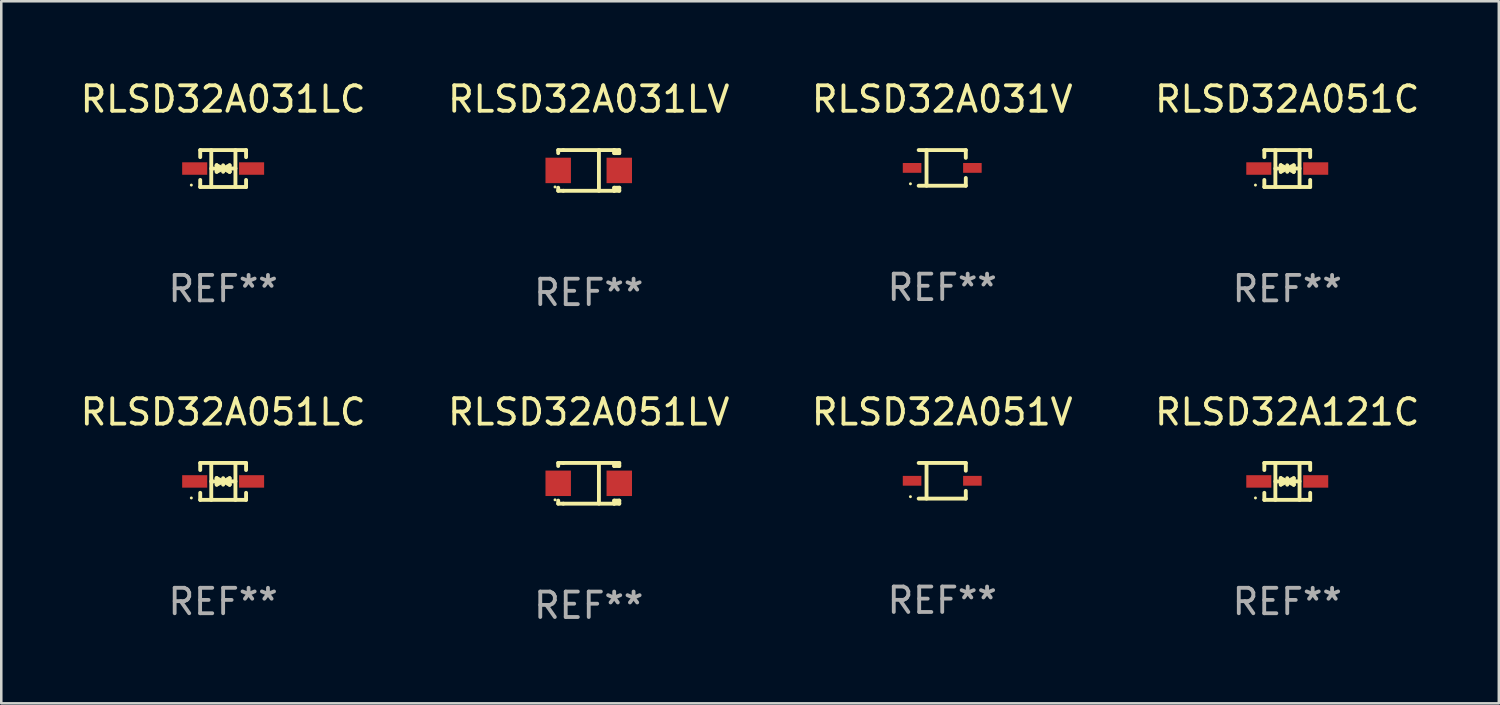
<source format=kicad_pcb>
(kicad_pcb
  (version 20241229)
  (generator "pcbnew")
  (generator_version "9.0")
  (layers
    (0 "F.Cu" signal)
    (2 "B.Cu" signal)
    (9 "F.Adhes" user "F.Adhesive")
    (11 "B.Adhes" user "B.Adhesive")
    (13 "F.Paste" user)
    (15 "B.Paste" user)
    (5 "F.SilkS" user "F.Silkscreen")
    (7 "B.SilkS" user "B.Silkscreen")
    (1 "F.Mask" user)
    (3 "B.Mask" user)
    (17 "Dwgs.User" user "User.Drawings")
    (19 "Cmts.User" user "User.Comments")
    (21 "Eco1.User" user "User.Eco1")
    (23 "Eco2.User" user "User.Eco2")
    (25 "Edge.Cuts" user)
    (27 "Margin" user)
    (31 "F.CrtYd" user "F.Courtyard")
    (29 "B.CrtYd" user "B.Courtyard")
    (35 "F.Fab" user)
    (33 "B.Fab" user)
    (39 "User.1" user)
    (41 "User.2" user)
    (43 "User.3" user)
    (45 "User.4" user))
  (footprint "RLSD32A031V"
    (layer "F.Cu")
    (at 33.982 3.549)
    (property "Reference" "RLSD32A031V" (at 0 -2.701 0) (layer "F.SilkS") (effects (font (size 1 1) (thickness 0.15))))
    (attr through_hole)
    (fp_line (start -0.926 -0.701) (end 0.926 -0.701) (stroke (width 0.152) (type solid)) (layer "F.SilkS"))
    (fp_line (start -0.926 0.701) (end 0.926 0.701) (stroke (width 0.152) (type solid)) (layer "F.SilkS"))
    (fp_line (start -0.617 -0.701) (end -0.617 0.701) (stroke (width 0.152) (type solid)) (layer "F.SilkS"))
    (fp_line (start 0.926 -0.701) (end 0.926 -0.396) (stroke (width 0.152) (type solid)) (layer "F.SilkS"))
    (fp_line (start 0.926 0.701) (end 0.926 0.396) (stroke (width 0.152) (type solid)) (layer "F.SilkS"))
    (fp_circle (center -1.25 0.625) (end -1.22 0.625) (stroke (width 0.06) (type solid)) (fill no) (layer "F.SilkS"))
    (fp_text user "REF**" (at 0 4.701 0) (layer "F.Fab") (effects (font (size 1 1) (thickness 0.15))))
    (pad "1" smd rect (at -1.185 0 180) (size 0.73 0.385) (layers "F.Cu" "F.Mask" "F.Paste"))
    (pad "2" smd rect (at 1.185 0 180) (size 0.73 0.385) (layers "F.Cu" "F.Mask" "F.Paste")))
  (footprint "RLSD32A031LC"
    (layer "F.Cu")
    (at 5.72 3.574)
    (property "Reference" "RLSD32A031LC" (at 0 -2.726 0) (layer "F.SilkS") (effects (font (size 1 1) (thickness 0.15))))
    (attr through_hole)
    (fp_line (start -0.901 -0.726) (end -0.901 -0.448) (stroke (width 0.152) (type solid)) (layer "F.SilkS"))
    (fp_line (start -0.901 0.726) (end -0.901 0.448) (stroke (width 0.152) (type solid)) (layer "F.SilkS"))
    (fp_line (start -0.467 0) (end 0.483 -0.003) (stroke (width 0.154) (type solid)) (layer "F.SilkS"))
    (fp_line (start -0.467 0.726) (end -0.467 -0.726) (stroke (width 0.152) (type solid)) (layer "F.SilkS"))
    (fp_line (start -0.254 -0.127) (end -0.254 -0.127) (stroke (width 0.154) (type solid)) (layer "F.SilkS"))
    (fp_line (start -0.254 -0.127) (end -0.002 -0.003) (stroke (width 0.154) (type solid)) (layer "F.SilkS"))
    (fp_line (start -0.254 0.127) (end -0.254 -0.127) (stroke (width 0.154) (type solid)) (layer "F.SilkS"))
    (fp_line (start -0.127 0) (end 0.003 0) (stroke (width 0.154) (type solid)) (layer "F.SilkS"))
    (fp_line (start -0.003 0) (end -0.254 0.127) (stroke (width 0.154) (type solid)) (layer "F.SilkS"))
    (fp_line (start 0 -0.127) (end 0 0.127) (stroke (width 0.154) (type solid)) (layer "F.SilkS"))
    (fp_line (start 0.003 0) (end 0.254 -0.127) (stroke (width 0.154) (type solid)) (layer "F.SilkS"))
    (fp_line (start 0.127 0) (end -0.003 0) (stroke (width 0.154) (type solid)) (layer "F.SilkS"))
    (fp_line (start 0.254 -0.127) (end 0.254 0.127) (stroke (width 0.154) (type solid)) (layer "F.SilkS"))
    (fp_line (start 0.254 0.127) (end 0.002 0.003) (stroke (width 0.154) (type solid)) (layer "F.SilkS"))
    (fp_line (start 0.254 0.127) (end 0.254 0.127) (stroke (width 0.154) (type solid)) (layer "F.SilkS"))
    (fp_line (start 0.483 0.726) (end 0.483 -0.726) (stroke (width 0.152) (type solid)) (layer "F.SilkS"))
    (fp_line (start 0.901 -0.726) (end -0.901 -0.726) (stroke (width 0.152) (type solid)) (layer "F.SilkS"))
    (fp_line (start 0.901 -0.726) (end 0.901 -0.448) (stroke (width 0.152) (type solid)) (layer "F.SilkS"))
    (fp_line (start 0.901 0.726) (end -0.901 0.726) (stroke (width 0.152) (type solid)) (layer "F.SilkS"))
    (fp_line (start 0.901 0.726) (end 0.901 0.448) (stroke (width 0.152) (type solid)) (layer "F.SilkS"))
    (fp_circle (center -1.25 0.65) (end -1.22 0.65) (stroke (width 0.06) (type solid)) (fill no) (layer "F.SilkS"))
    (fp_text user "REF**" (at 0 4.726 0) (layer "F.Fab") (effects (font (size 1 1) (thickness 0.15))))
    (pad "1" smd rect (at -1.118 0) (size 0.985 0.49) (layers "F.Cu" "F.Mask" "F.Paste"))
    (pad "2" smd rect (at 1.118 0) (size 0.985 0.49) (layers "F.Cu" "F.Mask" "F.Paste")))
  (footprint "RLSD32A051C"
    (layer "F.Cu")
    (at 47.542 3.574)
    (property "Reference" "RLSD32A051C" (at 0 -2.726 0) (layer "F.SilkS") (effects (font (size 1 1) (thickness 0.15))))
    (attr through_hole)
    (fp_line (start -0.901 -0.726) (end -0.901 -0.448) (stroke (width 0.152) (type solid)) (layer "F.SilkS"))
    (fp_line (start -0.901 0.726) (end -0.901 0.448) (stroke (width 0.152) (type solid)) (layer "F.SilkS"))
    (fp_line (start -0.467 0) (end 0.483 -0.003) (stroke (width 0.154) (type solid)) (layer "F.SilkS"))
    (fp_line (start -0.467 0.726) (end -0.467 -0.726) (stroke (width 0.152) (type solid)) (layer "F.SilkS"))
    (fp_line (start -0.254 -0.127) (end -0.254 -0.127) (stroke (width 0.154) (type solid)) (layer "F.SilkS"))
    (fp_line (start -0.254 -0.127) (end -0.002 -0.003) (stroke (width 0.154) (type solid)) (layer "F.SilkS"))
    (fp_line (start -0.254 0.127) (end -0.254 -0.127) (stroke (width 0.154) (type solid)) (layer "F.SilkS"))
    (fp_line (start -0.127 0) (end 0.003 0) (stroke (width 0.154) (type solid)) (layer "F.SilkS"))
    (fp_line (start -0.003 0) (end -0.254 0.127) (stroke (width 0.154) (type solid)) (layer "F.SilkS"))
    (fp_line (start 0 -0.127) (end 0 0.127) (stroke (width 0.154) (type solid)) (layer "F.SilkS"))
    (fp_line (start 0.003 0) (end 0.254 -0.127) (stroke (width 0.154) (type solid)) (layer "F.SilkS"))
    (fp_line (start 0.127 0) (end -0.003 0) (stroke (width 0.154) (type solid)) (layer "F.SilkS"))
    (fp_line (start 0.254 -0.127) (end 0.254 0.127) (stroke (width 0.154) (type solid)) (layer "F.SilkS"))
    (fp_line (start 0.254 0.127) (end 0.002 0.003) (stroke (width 0.154) (type solid)) (layer "F.SilkS"))
    (fp_line (start 0.254 0.127) (end 0.254 0.127) (stroke (width 0.154) (type solid)) (layer "F.SilkS"))
    (fp_line (start 0.483 0.726) (end 0.483 -0.726) (stroke (width 0.152) (type solid)) (layer "F.SilkS"))
    (fp_line (start 0.901 -0.726) (end -0.901 -0.726) (stroke (width 0.152) (type solid)) (layer "F.SilkS"))
    (fp_line (start 0.901 -0.726) (end 0.901 -0.448) (stroke (width 0.152) (type solid)) (layer "F.SilkS"))
    (fp_line (start 0.901 0.726) (end -0.901 0.726) (stroke (width 0.152) (type solid)) (layer "F.SilkS"))
    (fp_line (start 0.901 0.726) (end 0.901 0.448) (stroke (width 0.152) (type solid)) (layer "F.SilkS"))
    (fp_circle (center -1.25 0.65) (end -1.22 0.65) (stroke (width 0.06) (type solid)) (fill no) (layer "F.SilkS"))
    (fp_text user "REF**" (at 0 4.726 0) (layer "F.Fab") (effects (font (size 1 1) (thickness 0.15))))
    (pad "1" smd rect (at -1.118 0) (size 0.985 0.49) (layers "F.Cu" "F.Mask" "F.Paste"))
    (pad "2" smd rect (at 1.118 0) (size 0.985 0.49) (layers "F.Cu" "F.Mask" "F.Paste")))
  (footprint "RLSD32A031LV"
    (layer "F.Cu")
    (at 20.089 3.648)
    (property "Reference" "RLSD32A031LV" (at 0 -2.8 0) (layer "F.SilkS") (effects (font (size 1 1) (thickness 0.15))))
    (attr through_hole)
    (fp_line (start -1.2 -0.8) (end -1.2 -0.68) (stroke (width 0.152) (type solid)) (layer "F.SilkS"))
    (fp_line (start -1.2 0.68) (end -1.2 0.8) (stroke (width 0.152) (type solid)) (layer "F.SilkS"))
    (fp_line (start -1.2 0.8) (end -1 0.8) (stroke (width 0.152) (type solid)) (layer "F.SilkS"))
    (fp_line (start -1 -0.8) (end -1.2 -0.8) (stroke (width 0.152) (type solid)) (layer "F.SilkS"))
    (fp_line (start -1 -0.8) (end 1 -0.8) (stroke (width 0.152) (type solid)) (layer "F.SilkS"))
    (fp_line (start -1 0.8) (end 1 0.8) (stroke (width 0.152) (type solid)) (layer "F.SilkS"))
    (fp_line (start 0.4 -0.8) (end 0.4 0.8) (stroke (width 0.152) (type solid)) (layer "F.SilkS"))
    (fp_line (start 1 -0.8) (end 1 -0.68) (stroke (width 0.152) (type solid)) (layer "F.SilkS"))
    (fp_line (start 1 -0.8) (end 1.2 -0.8) (stroke (width 0.152) (type solid)) (layer "F.SilkS"))
    (fp_line (start 1 0.68) (end 1 0.8) (stroke (width 0.152) (type solid)) (layer "F.SilkS"))
    (fp_line (start 1 0.68) (end 1.2 0.68) (stroke (width 0.152) (type solid)) (layer "F.SilkS"))
    (fp_line (start 1.2 -0.8) (end 1.2 -0.68) (stroke (width 0.152) (type solid)) (layer "F.SilkS"))
    (fp_line (start 1.2 -0.68) (end 1 -0.68) (stroke (width 0.152) (type solid)) (layer "F.SilkS"))
    (fp_line (start 1.2 0.68) (end 1.2 0.8) (stroke (width 0.152) (type solid)) (layer "F.SilkS"))
    (fp_line (start 1.2 0.8) (end 1 0.8) (stroke (width 0.152) (type solid)) (layer "F.SilkS"))
    (fp_circle (center -1.325 0.65) (end -1.295 0.65) (stroke (width 0.06) (type solid)) (fill no) (layer "F.SilkS"))
    (fp_text user "REF**" (at 0 4.8 0) (layer "F.Fab") (effects (font (size 1 1) (thickness 0.15))))
    (pad "1" smd rect (at -1.2 0 180) (size 1 1) (layers "F.Cu" "F.Mask" "F.Paste"))
    (pad "2" smd rect (at 1.2 0 180) (size 1 1) (layers "F.Cu" "F.Mask" "F.Paste")))
  (footprint "RLSD32A051LV"
    (layer "F.Cu")
    (at 20.089 15.945)
    (property "Reference" "RLSD32A051LV" (at 0 -2.8 0) (layer "F.SilkS") (effects (font (size 1 1) (thickness 0.15))))
    (attr through_hole)
    (fp_line (start -1.2 -0.8) (end -1.2 -0.68) (stroke (width 0.152) (type solid)) (layer "F.SilkS"))
    (fp_line (start -1.2 0.68) (end -1.2 0.8) (stroke (width 0.152) (type solid)) (layer "F.SilkS"))
    (fp_line (start -1.2 0.8) (end -1 0.8) (stroke (width 0.152) (type solid)) (layer "F.SilkS"))
    (fp_line (start -1 -0.8) (end -1.2 -0.8) (stroke (width 0.152) (type solid)) (layer "F.SilkS"))
    (fp_line (start -1 -0.8) (end 1 -0.8) (stroke (width 0.152) (type solid)) (layer "F.SilkS"))
    (fp_line (start -1 0.8) (end 1 0.8) (stroke (width 0.152) (type solid)) (layer "F.SilkS"))
    (fp_line (start 0.4 -0.8) (end 0.4 0.8) (stroke (width 0.152) (type solid)) (layer "F.SilkS"))
    (fp_line (start 1 -0.8) (end 1 -0.68) (stroke (width 0.152) (type solid)) (layer "F.SilkS"))
    (fp_line (start 1 -0.8) (end 1.2 -0.8) (stroke (width 0.152) (type solid)) (layer "F.SilkS"))
    (fp_line (start 1 0.68) (end 1 0.8) (stroke (width 0.152) (type solid)) (layer "F.SilkS"))
    (fp_line (start 1 0.68) (end 1.2 0.68) (stroke (width 0.152) (type solid)) (layer "F.SilkS"))
    (fp_line (start 1.2 -0.8) (end 1.2 -0.68) (stroke (width 0.152) (type solid)) (layer "F.SilkS"))
    (fp_line (start 1.2 -0.68) (end 1 -0.68) (stroke (width 0.152) (type solid)) (layer "F.SilkS"))
    (fp_line (start 1.2 0.68) (end 1.2 0.8) (stroke (width 0.152) (type solid)) (layer "F.SilkS"))
    (fp_line (start 1.2 0.8) (end 1 0.8) (stroke (width 0.152) (type solid)) (layer "F.SilkS"))
    (fp_circle (center -1.325 0.65) (end -1.295 0.65) (stroke (width 0.06) (type solid)) (fill no) (layer "F.SilkS"))
    (fp_text user "REF**" (at 0 4.8 0) (layer "F.Fab") (effects (font (size 1 1) (thickness 0.15))))
    (pad "1" smd rect (at -1.2 0 180) (size 1 1) (layers "F.Cu" "F.Mask" "F.Paste"))
    (pad "2" smd rect (at 1.2 0 180) (size 1 1) (layers "F.Cu" "F.Mask" "F.Paste")))
  (footprint "RLSD32A121C"
    (layer "F.Cu")
    (at 47.542 15.871)
    (property "Reference" "RLSD32A121C" (at 0 -2.726 0) (layer "F.SilkS") (effects (font (size 1 1) (thickness 0.15))))
    (attr through_hole)
    (fp_line (start -0.901 -0.726) (end -0.901 -0.448) (stroke (width 0.152) (type solid)) (layer "F.SilkS"))
    (fp_line (start -0.901 0.726) (end -0.901 0.448) (stroke (width 0.152) (type solid)) (layer "F.SilkS"))
    (fp_line (start -0.467 0) (end 0.483 -0.003) (stroke (width 0.154) (type solid)) (layer "F.SilkS"))
    (fp_line (start -0.467 0.726) (end -0.467 -0.726) (stroke (width 0.152) (type solid)) (layer "F.SilkS"))
    (fp_line (start -0.254 -0.127) (end -0.254 -0.127) (stroke (width 0.154) (type solid)) (layer "F.SilkS"))
    (fp_line (start -0.254 -0.127) (end -0.002 -0.003) (stroke (width 0.154) (type solid)) (layer "F.SilkS"))
    (fp_line (start -0.254 0.127) (end -0.254 -0.127) (stroke (width 0.154) (type solid)) (layer "F.SilkS"))
    (fp_line (start -0.127 0) (end 0.003 0) (stroke (width 0.154) (type solid)) (layer "F.SilkS"))
    (fp_line (start -0.003 0) (end -0.254 0.127) (stroke (width 0.154) (type solid)) (layer "F.SilkS"))
    (fp_line (start 0 -0.127) (end 0 0.127) (stroke (width 0.154) (type solid)) (layer "F.SilkS"))
    (fp_line (start 0.003 0) (end 0.254 -0.127) (stroke (width 0.154) (type solid)) (layer "F.SilkS"))
    (fp_line (start 0.127 0) (end -0.003 0) (stroke (width 0.154) (type solid)) (layer "F.SilkS"))
    (fp_line (start 0.254 -0.127) (end 0.254 0.127) (stroke (width 0.154) (type solid)) (layer "F.SilkS"))
    (fp_line (start 0.254 0.127) (end 0.002 0.003) (stroke (width 0.154) (type solid)) (layer "F.SilkS"))
    (fp_line (start 0.254 0.127) (end 0.254 0.127) (stroke (width 0.154) (type solid)) (layer "F.SilkS"))
    (fp_line (start 0.483 0.726) (end 0.483 -0.726) (stroke (width 0.152) (type solid)) (layer "F.SilkS"))
    (fp_line (start 0.901 -0.726) (end -0.901 -0.726) (stroke (width 0.152) (type solid)) (layer "F.SilkS"))
    (fp_line (start 0.901 -0.726) (end 0.901 -0.448) (stroke (width 0.152) (type solid)) (layer "F.SilkS"))
    (fp_line (start 0.901 0.726) (end -0.901 0.726) (stroke (width 0.152) (type solid)) (layer "F.SilkS"))
    (fp_line (start 0.901 0.726) (end 0.901 0.448) (stroke (width 0.152) (type solid)) (layer "F.SilkS"))
    (fp_circle (center -1.25 0.65) (end -1.22 0.65) (stroke (width 0.06) (type solid)) (fill no) (layer "F.SilkS"))
    (fp_text user "REF**" (at 0 4.726 0) (layer "F.Fab") (effects (font (size 1 1) (thickness 0.15))))
    (pad "1" smd rect (at -1.118 0) (size 0.985 0.49) (layers "F.Cu" "F.Mask" "F.Paste"))
    (pad "2" smd rect (at 1.118 0) (size 0.985 0.49) (layers "F.Cu" "F.Mask" "F.Paste")))
  (footprint "RLSD32A051LC"
    (layer "F.Cu")
    (at 5.72 15.871)
    (property "Reference" "RLSD32A051LC" (at 0 -2.726 0) (layer "F.SilkS") (effects (font (size 1 1) (thickness 0.15))))
    (attr through_hole)
    (fp_line (start -0.901 -0.726) (end -0.901 -0.448) (stroke (width 0.152) (type solid)) (layer "F.SilkS"))
    (fp_line (start -0.901 0.726) (end -0.901 0.448) (stroke (width 0.152) (type solid)) (layer "F.SilkS"))
    (fp_line (start -0.467 0) (end 0.483 -0.003) (stroke (width 0.154) (type solid)) (layer "F.SilkS"))
    (fp_line (start -0.467 0.726) (end -0.467 -0.726) (stroke (width 0.152) (type solid)) (layer "F.SilkS"))
    (fp_line (start -0.254 -0.127) (end -0.254 -0.127) (stroke (width 0.154) (type solid)) (layer "F.SilkS"))
    (fp_line (start -0.254 -0.127) (end -0.002 -0.003) (stroke (width 0.154) (type solid)) (layer "F.SilkS"))
    (fp_line (start -0.254 0.127) (end -0.254 -0.127) (stroke (width 0.154) (type solid)) (layer "F.SilkS"))
    (fp_line (start -0.127 0) (end 0.003 0) (stroke (width 0.154) (type solid)) (layer "F.SilkS"))
    (fp_line (start -0.003 0) (end -0.254 0.127) (stroke (width 0.154) (type solid)) (layer "F.SilkS"))
    (fp_line (start 0 -0.127) (end 0 0.127) (stroke (width 0.154) (type solid)) (layer "F.SilkS"))
    (fp_line (start 0.003 0) (end 0.254 -0.127) (stroke (width 0.154) (type solid)) (layer "F.SilkS"))
    (fp_line (start 0.127 0) (end -0.003 0) (stroke (width 0.154) (type solid)) (layer "F.SilkS"))
    (fp_line (start 0.254 -0.127) (end 0.254 0.127) (stroke (width 0.154) (type solid)) (layer "F.SilkS"))
    (fp_line (start 0.254 0.127) (end 0.002 0.003) (stroke (width 0.154) (type solid)) (layer "F.SilkS"))
    (fp_line (start 0.254 0.127) (end 0.254 0.127) (stroke (width 0.154) (type solid)) (layer "F.SilkS"))
    (fp_line (start 0.483 0.726) (end 0.483 -0.726) (stroke (width 0.152) (type solid)) (layer "F.SilkS"))
    (fp_line (start 0.901 -0.726) (end -0.901 -0.726) (stroke (width 0.152) (type solid)) (layer "F.SilkS"))
    (fp_line (start 0.901 -0.726) (end 0.901 -0.448) (stroke (width 0.152) (type solid)) (layer "F.SilkS"))
    (fp_line (start 0.901 0.726) (end -0.901 0.726) (stroke (width 0.152) (type solid)) (layer "F.SilkS"))
    (fp_line (start 0.901 0.726) (end 0.901 0.448) (stroke (width 0.152) (type solid)) (layer "F.SilkS"))
    (fp_circle (center -1.25 0.65) (end -1.22 0.65) (stroke (width 0.06) (type solid)) (fill no) (layer "F.SilkS"))
    (fp_text user "REF**" (at 0 4.726 0) (layer "F.Fab") (effects (font (size 1 1) (thickness 0.15))))
    (pad "1" smd rect (at -1.118 0) (size 0.985 0.49) (layers "F.Cu" "F.Mask" "F.Paste"))
    (pad "2" smd rect (at 1.118 0) (size 0.985 0.49) (layers "F.Cu" "F.Mask" "F.Paste")))
  (footprint "RLSD32A051V"
    (layer "F.Cu")
    (at 33.982 15.846)
    (property "Reference" "RLSD32A051V" (at 0 -2.701 0) (layer "F.SilkS") (effects (font (size 1 1) (thickness 0.15))))
    (attr through_hole)
    (fp_line (start -0.926 -0.701) (end 0.926 -0.701) (stroke (width 0.152) (type solid)) (layer "F.SilkS"))
    (fp_line (start -0.926 0.701) (end 0.926 0.701) (stroke (width 0.152) (type solid)) (layer "F.SilkS"))
    (fp_line (start -0.617 -0.701) (end -0.617 0.701) (stroke (width 0.152) (type solid)) (layer "F.SilkS"))
    (fp_line (start 0.926 -0.701) (end 0.926 -0.396) (stroke (width 0.152) (type solid)) (layer "F.SilkS"))
    (fp_line (start 0.926 0.701) (end 0.926 0.396) (stroke (width 0.152) (type solid)) (layer "F.SilkS"))
    (fp_circle (center -1.25 0.625) (end -1.22 0.625) (stroke (width 0.06) (type solid)) (fill no) (layer "F.SilkS"))
    (fp_text user "REF**" (at 0 4.701 0) (layer "F.Fab") (effects (font (size 1 1) (thickness 0.15))))
    (pad "1" smd rect (at -1.185 0 180) (size 0.73 0.385) (layers "F.Cu" "F.Mask" "F.Paste"))
    (pad "2" smd rect (at 1.185 0 180) (size 0.73 0.385) (layers "F.Cu" "F.Mask" "F.Paste")))
  (gr_rect
    (start -3 -3)
    (end 55.857 24.593)
    (stroke (width 0.1) (type default))
    (fill no)
    (layer "Edge.Cuts")))
</source>
